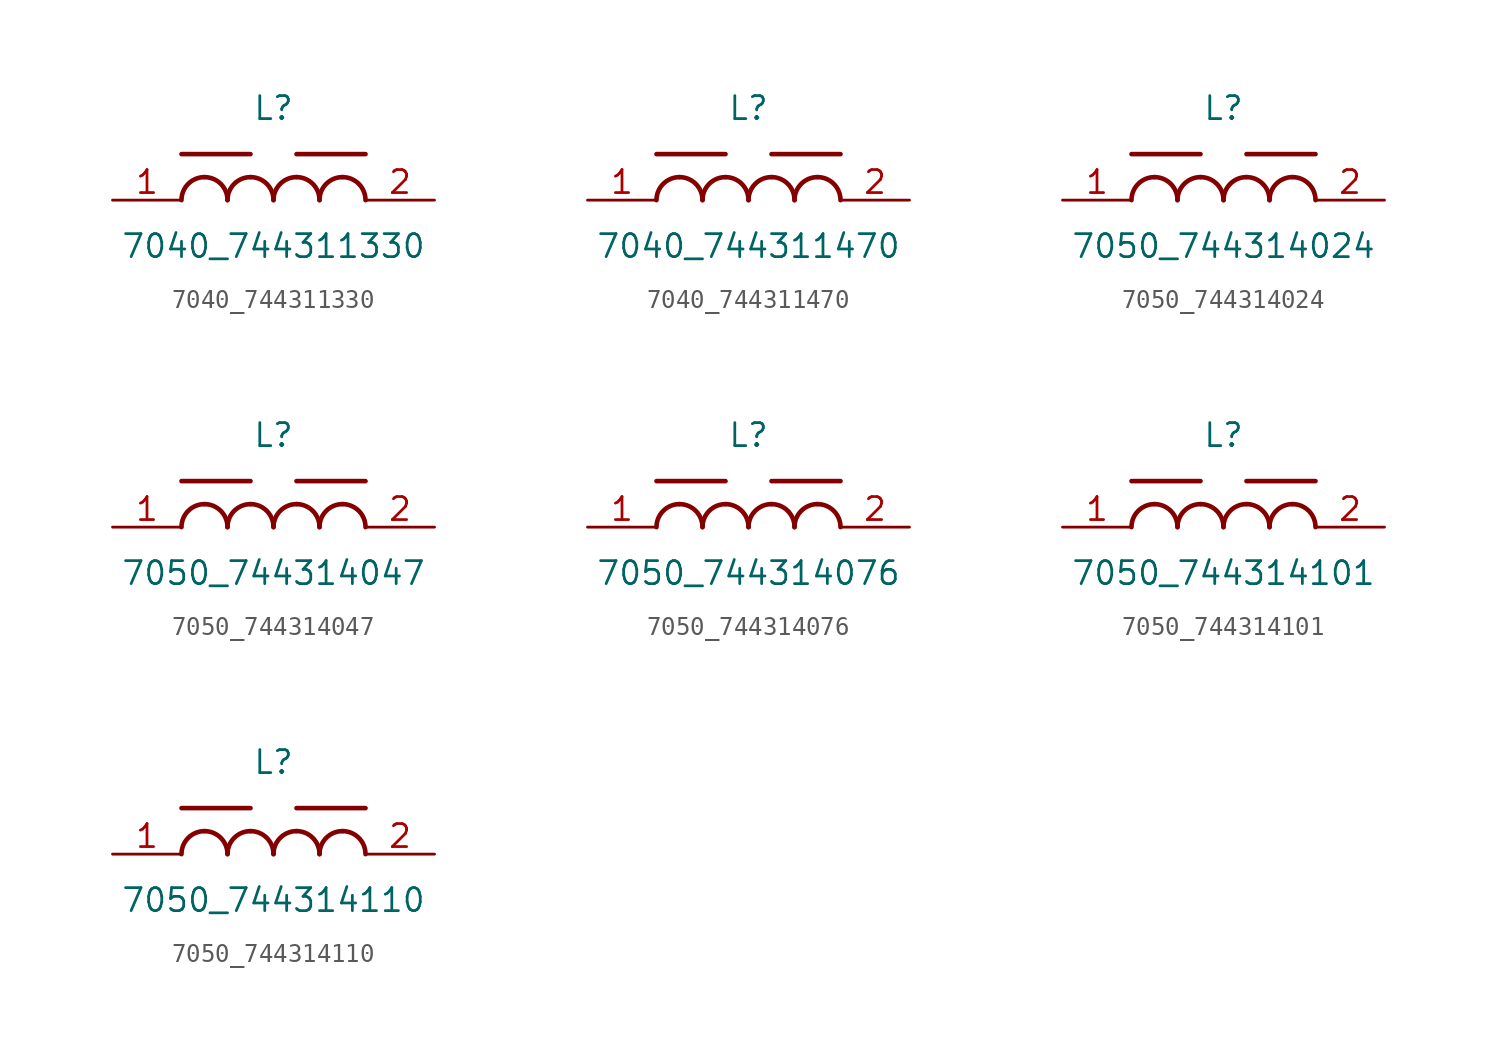
<source format=kicad_sym>
(kicad_symbol_lib
  (version 20211014)
  (generator kicad_symbol_editor)
  (symbol "Inductor_Wurth_WE-HCI:7040_744311330"
    (pin_names hide)
    (property "Reference" "L"
      (at 0 5.08 0)
      (effects (font (size 1.27 1.27))))
    (property "Value" "7040_744311330"
      (at 0 -2.54 0)
      (effects (font (size 1.27 1.27))))
    (symbol "7040_744311330_0_1"
      (arc (start -3.81 1.27) (mid -4.708 0.898) (end -5.08 0) (stroke (width 0.254) (type default) (color 0 0 0 0)) (fill (type none)))
      (arc (start -2.54 0) (mid -2.912 0.898) (end -3.81 1.27) (stroke (width 0.254) (type default) (color 0 0 0 0)) (fill (type none)))
      (arc (start -1.2699 1.2701) (mid -2.1679 0.8981) (end -2.5399 0.0001) (stroke (width 0.254) (type default) (color 0 0 0 0)) (fill (type none)))
      (polyline (pts (xy -5.08 2.54) (xy -1.27 2.54)) (stroke (width 0.254) (type default) (color 0 0 0 0)) (fill (type none)))
      (polyline (pts (xy 5.08 2.54) (xy 1.27 2.54)) (stroke (width 0.254) (type default) (color 0 0 0 0)) (fill (type none)))
      (arc (start 0.0001 0.0001) (mid -0.3719 0.8981) (end -1.2699 1.2701) (stroke (width 0.254) (type default) (color 0 0 0 0)) (fill (type none)))
      (arc (start 1.2701 1.2701) (mid 0.3721 0.8981) (end 0.0001 0.0001) (stroke (width 0.254) (type default) (color 0 0 0 0)) (fill (type none)))
      (arc (start 2.5401 0.0001) (mid 2.1681 0.8981) (end 1.2701 1.2701) (stroke (width 0.254) (type default) (color 0 0 0 0)) (fill (type none)))
      (arc (start 3.8101 1.2701) (mid 2.9121 0.8981) (end 2.5401 0.0001) (stroke (width 0.254) (type default) (color 0 0 0 0)) (fill (type none)))
      (arc (start 5.0801 0.0001) (mid 4.7081 0.8981) (end 3.8101 1.2701) (stroke (width 0.254) (type default) (color 0 0 0 0)) (fill (type none))))
    (symbol "7040_744311330_1_1"
      (pin passive line (at -8.89 0 0) (length 3.81) (name "1" (effects (font (size 1.27 1.27)))) (number "1" (effects (font (size 1.27 1.27)))))
      (pin passive line (at 8.89 0 180) (length 3.81) (name "2" (effects (font (size 1.27 1.27)))) (number "2" (effects (font (size 1.27 1.27)))))))
  (symbol "Inductor_Wurth_WE-HCI:7040_744311470"
    (pin_names hide)
    (property "Reference" "L"
      (at 0 5.08 0)
      (effects (font (size 1.27 1.27))))
    (property "Value" "7040_744311470"
      (at 0 -2.54 0)
      (effects (font (size 1.27 1.27))))
    (symbol "7040_744311470_0_1"
      (arc (start -3.81 1.27) (mid -4.708 0.898) (end -5.08 0) (stroke (width 0.254) (type default) (color 0 0 0 0)) (fill (type none)))
      (arc (start -2.54 0) (mid -2.912 0.898) (end -3.81 1.27) (stroke (width 0.254) (type default) (color 0 0 0 0)) (fill (type none)))
      (arc (start -1.2699 1.2701) (mid -2.1679 0.8981) (end -2.5399 0.0001) (stroke (width 0.254) (type default) (color 0 0 0 0)) (fill (type none)))
      (polyline (pts (xy -5.08 2.54) (xy -1.27 2.54)) (stroke (width 0.254) (type default) (color 0 0 0 0)) (fill (type none)))
      (polyline (pts (xy 5.08 2.54) (xy 1.27 2.54)) (stroke (width 0.254) (type default) (color 0 0 0 0)) (fill (type none)))
      (arc (start 0.0001 0.0001) (mid -0.3719 0.8981) (end -1.2699 1.2701) (stroke (width 0.254) (type default) (color 0 0 0 0)) (fill (type none)))
      (arc (start 1.2701 1.2701) (mid 0.3721 0.8981) (end 0.0001 0.0001) (stroke (width 0.254) (type default) (color 0 0 0 0)) (fill (type none)))
      (arc (start 2.5401 0.0001) (mid 2.1681 0.8981) (end 1.2701 1.2701) (stroke (width 0.254) (type default) (color 0 0 0 0)) (fill (type none)))
      (arc (start 3.8101 1.2701) (mid 2.9121 0.8981) (end 2.5401 0.0001) (stroke (width 0.254) (type default) (color 0 0 0 0)) (fill (type none)))
      (arc (start 5.0801 0.0001) (mid 4.7081 0.8981) (end 3.8101 1.2701) (stroke (width 0.254) (type default) (color 0 0 0 0)) (fill (type none))))
    (symbol "7040_744311470_1_1"
      (pin passive line (at -8.89 0 0) (length 3.81) (name "1" (effects (font (size 1.27 1.27)))) (number "1" (effects (font (size 1.27 1.27)))))
      (pin passive line (at 8.89 0 180) (length 3.81) (name "2" (effects (font (size 1.27 1.27)))) (number "2" (effects (font (size 1.27 1.27)))))))
  (symbol "Inductor_Wurth_WE-HCI:7050_744314024"
    (pin_names hide)
    (property "Reference" "L"
      (at 0 5.08 0)
      (effects (font (size 1.27 1.27))))
    (property "Value" "7050_744314024"
      (at 0 -2.54 0)
      (effects (font (size 1.27 1.27))))
    (symbol "7050_744314024_0_1"
      (arc (start -3.81 1.27) (mid -4.708 0.898) (end -5.08 0) (stroke (width 0.254) (type default) (color 0 0 0 0)) (fill (type none)))
      (arc (start -2.54 0) (mid -2.912 0.898) (end -3.81 1.27) (stroke (width 0.254) (type default) (color 0 0 0 0)) (fill (type none)))
      (arc (start -1.2699 1.2701) (mid -2.1679 0.8981) (end -2.5399 0.0001) (stroke (width 0.254) (type default) (color 0 0 0 0)) (fill (type none)))
      (polyline (pts (xy -5.08 2.54) (xy -1.27 2.54)) (stroke (width 0.254) (type default) (color 0 0 0 0)) (fill (type none)))
      (polyline (pts (xy 5.08 2.54) (xy 1.27 2.54)) (stroke (width 0.254) (type default) (color 0 0 0 0)) (fill (type none)))
      (arc (start 0.0001 0.0001) (mid -0.3719 0.8981) (end -1.2699 1.2701) (stroke (width 0.254) (type default) (color 0 0 0 0)) (fill (type none)))
      (arc (start 1.2701 1.2701) (mid 0.3721 0.8981) (end 0.0001 0.0001) (stroke (width 0.254) (type default) (color 0 0 0 0)) (fill (type none)))
      (arc (start 2.5401 0.0001) (mid 2.1681 0.8981) (end 1.2701 1.2701) (stroke (width 0.254) (type default) (color 0 0 0 0)) (fill (type none)))
      (arc (start 3.8101 1.2701) (mid 2.9121 0.8981) (end 2.5401 0.0001) (stroke (width 0.254) (type default) (color 0 0 0 0)) (fill (type none)))
      (arc (start 5.0801 0.0001) (mid 4.7081 0.8981) (end 3.8101 1.2701) (stroke (width 0.254) (type default) (color 0 0 0 0)) (fill (type none))))
    (symbol "7050_744314024_1_1"
      (pin passive line (at -8.89 0 0) (length 3.81) (name "1" (effects (font (size 1.27 1.27)))) (number "1" (effects (font (size 1.27 1.27)))))
      (pin passive line (at 8.89 0 180) (length 3.81) (name "2" (effects (font (size 1.27 1.27)))) (number "2" (effects (font (size 1.27 1.27)))))))
  (symbol "Inductor_Wurth_WE-HCI:7050_744314047"
    (pin_names hide)
    (property "Reference" "L"
      (at 0 5.08 0)
      (effects (font (size 1.27 1.27))))
    (property "Value" "7050_744314047"
      (at 0 -2.54 0)
      (effects (font (size 1.27 1.27))))
    (symbol "7050_744314047_0_1"
      (arc (start -3.81 1.27) (mid -4.708 0.898) (end -5.08 0) (stroke (width 0.254) (type default) (color 0 0 0 0)) (fill (type none)))
      (arc (start -2.54 0) (mid -2.912 0.898) (end -3.81 1.27) (stroke (width 0.254) (type default) (color 0 0 0 0)) (fill (type none)))
      (arc (start -1.2699 1.2701) (mid -2.1679 0.8981) (end -2.5399 0.0001) (stroke (width 0.254) (type default) (color 0 0 0 0)) (fill (type none)))
      (polyline (pts (xy -5.08 2.54) (xy -1.27 2.54)) (stroke (width 0.254) (type default) (color 0 0 0 0)) (fill (type none)))
      (polyline (pts (xy 5.08 2.54) (xy 1.27 2.54)) (stroke (width 0.254) (type default) (color 0 0 0 0)) (fill (type none)))
      (arc (start 0.0001 0.0001) (mid -0.3719 0.8981) (end -1.2699 1.2701) (stroke (width 0.254) (type default) (color 0 0 0 0)) (fill (type none)))
      (arc (start 1.2701 1.2701) (mid 0.3721 0.8981) (end 0.0001 0.0001) (stroke (width 0.254) (type default) (color 0 0 0 0)) (fill (type none)))
      (arc (start 2.5401 0.0001) (mid 2.1681 0.8981) (end 1.2701 1.2701) (stroke (width 0.254) (type default) (color 0 0 0 0)) (fill (type none)))
      (arc (start 3.8101 1.2701) (mid 2.9121 0.8981) (end 2.5401 0.0001) (stroke (width 0.254) (type default) (color 0 0 0 0)) (fill (type none)))
      (arc (start 5.0801 0.0001) (mid 4.7081 0.8981) (end 3.8101 1.2701) (stroke (width 0.254) (type default) (color 0 0 0 0)) (fill (type none))))
    (symbol "7050_744314047_1_1"
      (pin passive line (at -8.89 0 0) (length 3.81) (name "1" (effects (font (size 1.27 1.27)))) (number "1" (effects (font (size 1.27 1.27)))))
      (pin passive line (at 8.89 0 180) (length 3.81) (name "2" (effects (font (size 1.27 1.27)))) (number "2" (effects (font (size 1.27 1.27)))))))
  (symbol "Inductor_Wurth_WE-HCI:7050_744314076"
    (pin_names hide)
    (property "Reference" "L"
      (at 0 5.08 0)
      (effects (font (size 1.27 1.27))))
    (property "Value" "7050_744314076"
      (at 0 -2.54 0)
      (effects (font (size 1.27 1.27))))
    (symbol "7050_744314076_0_1"
      (arc (start -3.81 1.27) (mid -4.708 0.898) (end -5.08 0) (stroke (width 0.254) (type default) (color 0 0 0 0)) (fill (type none)))
      (arc (start -2.54 0) (mid -2.912 0.898) (end -3.81 1.27) (stroke (width 0.254) (type default) (color 0 0 0 0)) (fill (type none)))
      (arc (start -1.2699 1.2701) (mid -2.1679 0.8981) (end -2.5399 0.0001) (stroke (width 0.254) (type default) (color 0 0 0 0)) (fill (type none)))
      (polyline (pts (xy -5.08 2.54) (xy -1.27 2.54)) (stroke (width 0.254) (type default) (color 0 0 0 0)) (fill (type none)))
      (polyline (pts (xy 5.08 2.54) (xy 1.27 2.54)) (stroke (width 0.254) (type default) (color 0 0 0 0)) (fill (type none)))
      (arc (start 0.0001 0.0001) (mid -0.3719 0.8981) (end -1.2699 1.2701) (stroke (width 0.254) (type default) (color 0 0 0 0)) (fill (type none)))
      (arc (start 1.2701 1.2701) (mid 0.3721 0.8981) (end 0.0001 0.0001) (stroke (width 0.254) (type default) (color 0 0 0 0)) (fill (type none)))
      (arc (start 2.5401 0.0001) (mid 2.1681 0.8981) (end 1.2701 1.2701) (stroke (width 0.254) (type default) (color 0 0 0 0)) (fill (type none)))
      (arc (start 3.8101 1.2701) (mid 2.9121 0.8981) (end 2.5401 0.0001) (stroke (width 0.254) (type default) (color 0 0 0 0)) (fill (type none)))
      (arc (start 5.0801 0.0001) (mid 4.7081 0.8981) (end 3.8101 1.2701) (stroke (width 0.254) (type default) (color 0 0 0 0)) (fill (type none))))
    (symbol "7050_744314076_1_1"
      (pin passive line (at -8.89 0 0) (length 3.81) (name "1" (effects (font (size 1.27 1.27)))) (number "1" (effects (font (size 1.27 1.27)))))
      (pin passive line (at 8.89 0 180) (length 3.81) (name "2" (effects (font (size 1.27 1.27)))) (number "2" (effects (font (size 1.27 1.27)))))))
  (symbol "Inductor_Wurth_WE-HCI:7050_744314101"
    (pin_names hide)
    (property "Reference" "L"
      (at 0 5.08 0)
      (effects (font (size 1.27 1.27))))
    (property "Value" "7050_744314101"
      (at 0 -2.54 0)
      (effects (font (size 1.27 1.27))))
    (symbol "7050_744314101_0_1"
      (arc (start -3.81 1.27) (mid -4.708 0.898) (end -5.08 0) (stroke (width 0.254) (type default) (color 0 0 0 0)) (fill (type none)))
      (arc (start -2.54 0) (mid -2.912 0.898) (end -3.81 1.27) (stroke (width 0.254) (type default) (color 0 0 0 0)) (fill (type none)))
      (arc (start -1.2699 1.2701) (mid -2.1679 0.8981) (end -2.5399 0.0001) (stroke (width 0.254) (type default) (color 0 0 0 0)) (fill (type none)))
      (polyline (pts (xy -5.08 2.54) (xy -1.27 2.54)) (stroke (width 0.254) (type default) (color 0 0 0 0)) (fill (type none)))
      (polyline (pts (xy 5.08 2.54) (xy 1.27 2.54)) (stroke (width 0.254) (type default) (color 0 0 0 0)) (fill (type none)))
      (arc (start 0.0001 0.0001) (mid -0.3719 0.8981) (end -1.2699 1.2701) (stroke (width 0.254) (type default) (color 0 0 0 0)) (fill (type none)))
      (arc (start 1.2701 1.2701) (mid 0.3721 0.8981) (end 0.0001 0.0001) (stroke (width 0.254) (type default) (color 0 0 0 0)) (fill (type none)))
      (arc (start 2.5401 0.0001) (mid 2.1681 0.8981) (end 1.2701 1.2701) (stroke (width 0.254) (type default) (color 0 0 0 0)) (fill (type none)))
      (arc (start 3.8101 1.2701) (mid 2.9121 0.8981) (end 2.5401 0.0001) (stroke (width 0.254) (type default) (color 0 0 0 0)) (fill (type none)))
      (arc (start 5.0801 0.0001) (mid 4.7081 0.8981) (end 3.8101 1.2701) (stroke (width 0.254) (type default) (color 0 0 0 0)) (fill (type none))))
    (symbol "7050_744314101_1_1"
      (pin passive line (at -8.89 0 0) (length 3.81) (name "1" (effects (font (size 1.27 1.27)))) (number "1" (effects (font (size 1.27 1.27)))))
      (pin passive line (at 8.89 0 180) (length 3.81) (name "2" (effects (font (size 1.27 1.27)))) (number "2" (effects (font (size 1.27 1.27)))))))
  (symbol "Inductor_Wurth_WE-HCI:7050_744314110"
    (pin_names hide)
    (property "Reference" "L"
      (at 0 5.08 0)
      (effects (font (size 1.27 1.27))))
    (property "Value" "7050_744314110"
      (at 0 -2.54 0)
      (effects (font (size 1.27 1.27))))
    (symbol "7050_744314110_0_1"
      (arc (start -3.81 1.27) (mid -4.708 0.898) (end -5.08 0) (stroke (width 0.254) (type default) (color 0 0 0 0)) (fill (type none)))
      (arc (start -2.54 0) (mid -2.912 0.898) (end -3.81 1.27) (stroke (width 0.254) (type default) (color 0 0 0 0)) (fill (type none)))
      (arc (start -1.2699 1.2701) (mid -2.1679 0.8981) (end -2.5399 0.0001) (stroke (width 0.254) (type default) (color 0 0 0 0)) (fill (type none)))
      (polyline (pts (xy -5.08 2.54) (xy -1.27 2.54)) (stroke (width 0.254) (type default) (color 0 0 0 0)) (fill (type none)))
      (polyline (pts (xy 5.08 2.54) (xy 1.27 2.54)) (stroke (width 0.254) (type default) (color 0 0 0 0)) (fill (type none)))
      (arc (start 0.0001 0.0001) (mid -0.3719 0.8981) (end -1.2699 1.2701) (stroke (width 0.254) (type default) (color 0 0 0 0)) (fill (type none)))
      (arc (start 1.2701 1.2701) (mid 0.3721 0.8981) (end 0.0001 0.0001) (stroke (width 0.254) (type default) (color 0 0 0 0)) (fill (type none)))
      (arc (start 2.5401 0.0001) (mid 2.1681 0.8981) (end 1.2701 1.2701) (stroke (width 0.254) (type default) (color 0 0 0 0)) (fill (type none)))
      (arc (start 3.8101 1.2701) (mid 2.9121 0.8981) (end 2.5401 0.0001) (stroke (width 0.254) (type default) (color 0 0 0 0)) (fill (type none)))
      (arc (start 5.0801 0.0001) (mid 4.7081 0.8981) (end 3.8101 1.2701) (stroke (width 0.254) (type default) (color 0 0 0 0)) (fill (type none))))
    (symbol "7050_744314110_1_1"
      (pin passive line (at -8.89 0 0) (length 3.81) (name "1" (effects (font (size 1.27 1.27)))) (number "1" (effects (font (size 1.27 1.27)))))
      (pin passive line (at 8.89 0 180) (length 3.81) (name "2" (effects (font (size 1.27 1.27)))) (number "2" (effects (font (size 1.27 1.27))))))))
</source>
